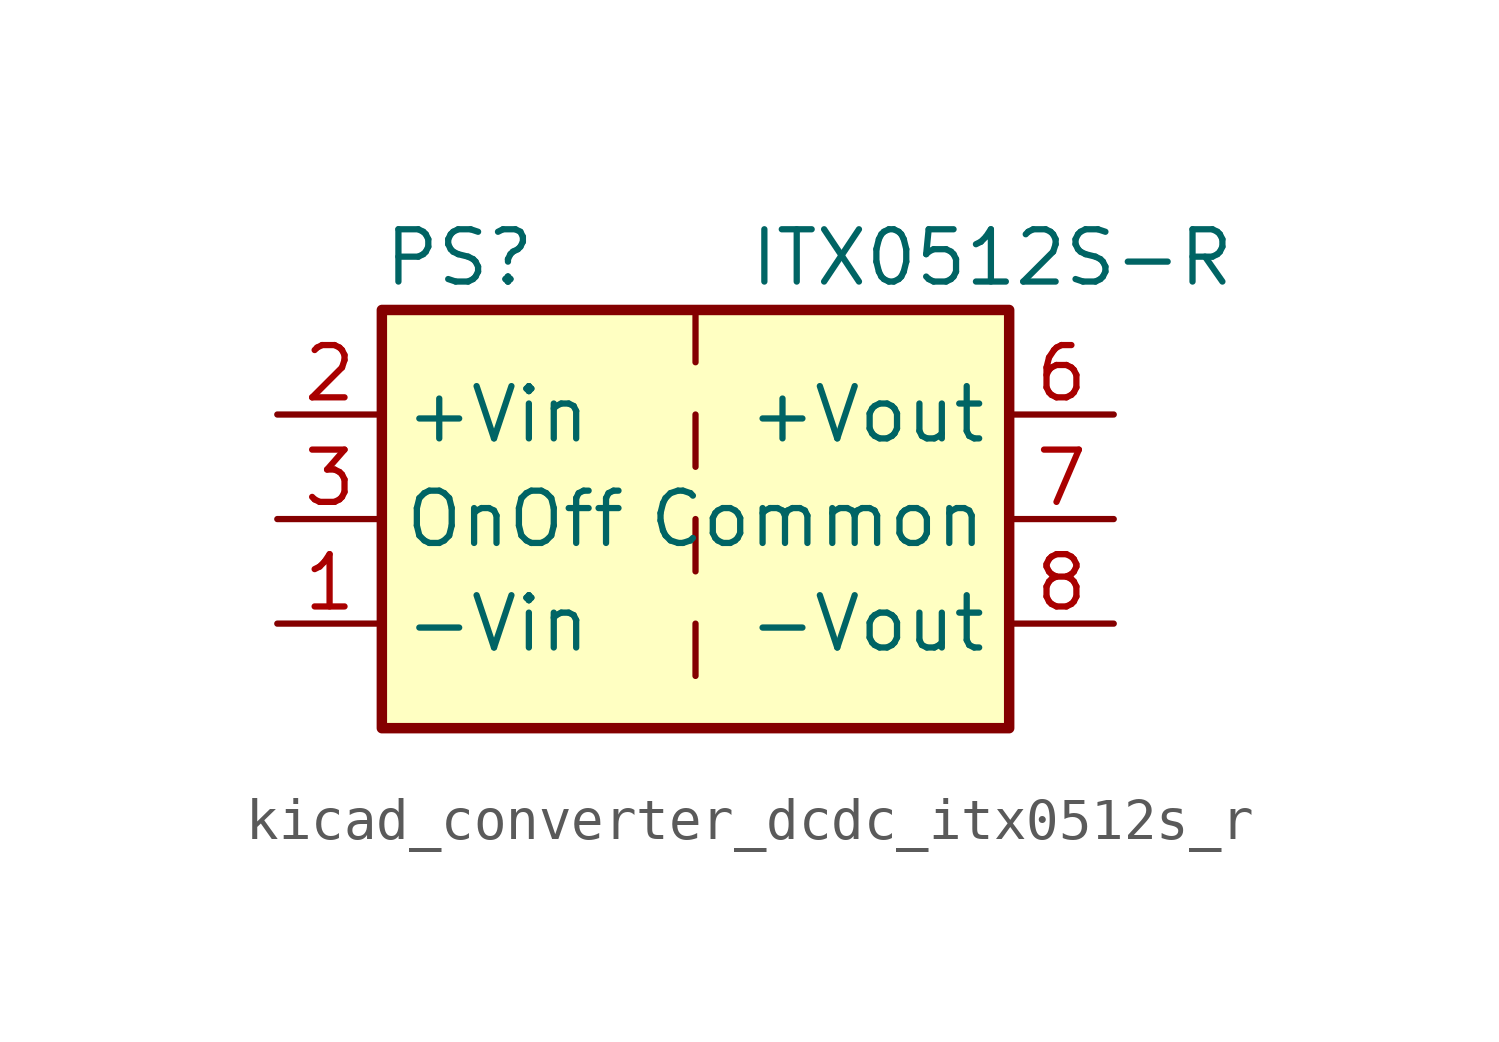
<source format=kicad_sym>
(kicad_symbol_lib
  (version 20220914)
  (generator kicad_symbol_editor)
  (symbol "kicad_converter_dcdc_itx0512s_r"
    (property "Reference" "PS"
      (at -7.62 6.35 0)
      (effects (font (size 1.27 1.27)) (justify left)))
    (property "Value" "ITX0512S-R"
      (at 1.27 6.35 0)
      (effects (font (size 1.27 1.27)) (justify left)))
    (symbol "kicad_converter_dcdc_itx0512s_r_0_0"
      (pin power_in line (at -10.16 -2.54 0) (length 2.54) (name "-Vin" (effects (font (size 1.27 1.27)))) (number "1" (effects (font (size 1.27 1.27)))))
      (pin power_in line (at -10.16 2.54 0) (length 2.54) (name "+Vin" (effects (font (size 1.27 1.27)))) (number "2" (effects (font (size 1.27 1.27)))))
      (pin input line (at -10.16 0 0) (length 2.54) (name "OnOff" (effects (font (size 1.27 1.27)))) (number "3" (effects (font (size 1.27 1.27)))))
      (pin no_connect line (at 0 5.08 270) (length 2.54) hide (name "NC" (effects (font (size 1.27 1.27)))) (number "5" (effects (font (size 1.27 1.27)))))
      (pin power_out line (at 10.16 2.54 180) (length 2.54) (name "+Vout" (effects (font (size 1.27 1.27)))) (number "6" (effects (font (size 1.27 1.27)))))
      (pin power_out line (at 10.16 0 180) (length 2.54) (name "Common" (effects (font (size 1.27 1.27)))) (number "7" (effects (font (size 1.27 1.27)))))
      (pin power_out line (at 10.16 -2.54 180) (length 2.54) (name "-Vout" (effects (font (size 1.27 1.27)))) (number "8" (effects (font (size 1.27 1.27))))))
    (symbol "kicad_converter_dcdc_itx0512s_r_0_1"
      (rectangle (start -7.62 5.08) (end 7.62 -5.08) (stroke (width 0.254) (type default)) (fill (type background)))
      (polyline (pts (xy 0 -2.54) (xy 0 -3.81)) (stroke (width 0) (type default)) (fill (type none)))
      (polyline (pts (xy 0 0) (xy 0 -1.27)) (stroke (width 0) (type default)) (fill (type none)))
      (polyline (pts (xy 0 2.54) (xy 0 1.27)) (stroke (width 0) (type default)) (fill (type none)))
      (polyline (pts (xy 0 5.08) (xy 0 3.81)) (stroke (width 0) (type default)) (fill (type none))))))
</source>
